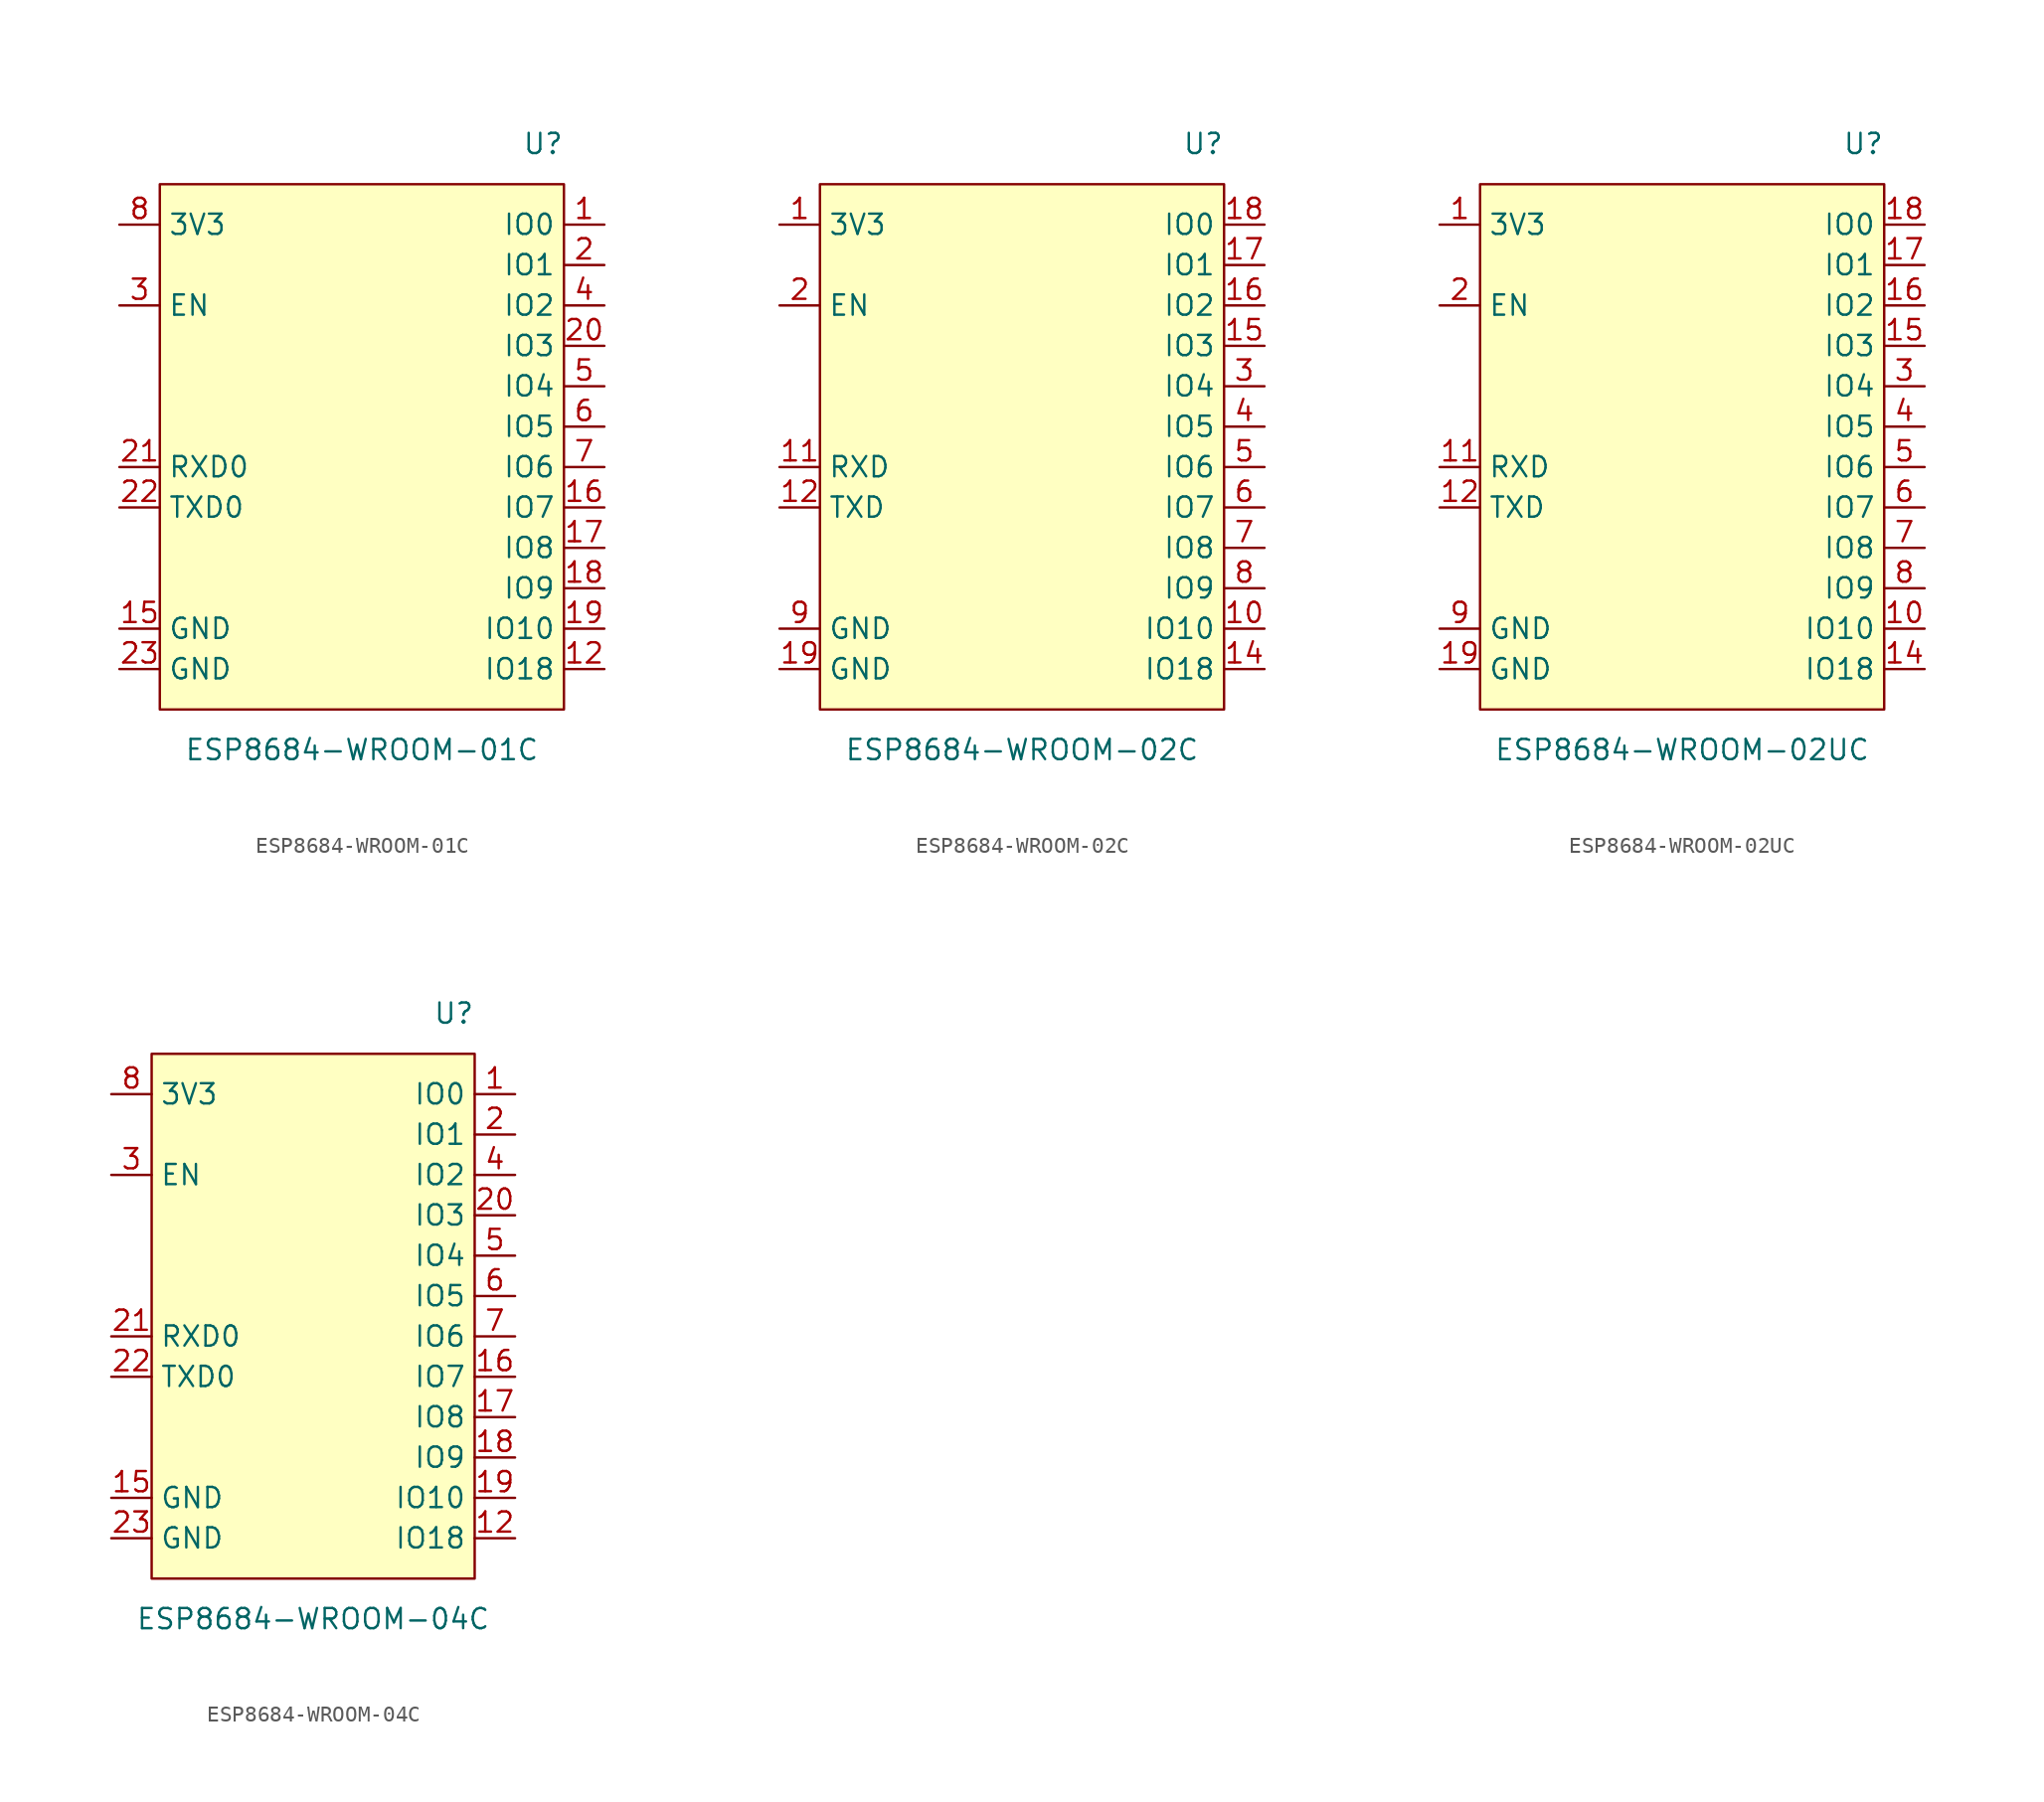
<source format=kicad_sym>
(kicad_symbol_lib
  (version 20231120)
  (generator "kicad_symbol_editor")
  (generator_version "8.0")
  (symbol "ESP8684-WROOM-01C"
    (property "Reference" "U"
      (at 12.7 19.05 0)
      (effects (font (size 1.27 1.27)) (justify right)))
    (property "Value" "ESP8684-WROOM-01C"
      (at 0 -19.05 0)
      (effects (font (size 1.27 1.27))))
    (symbol "ESP8684-WROOM-01C_0_0"
      (pin bidirectional line (at 15.24 13.97 180) (length 2.54) (name "IO0" (effects (font (size 1.27 1.27)))) (number "1" (effects (font (size 1.27 1.27)))))
      (pin bidirectional line (at 15.24 -13.97 180) (length 2.54) (name "IO18" (effects (font (size 1.27 1.27)))) (number "12" (effects (font (size 1.27 1.27)))))
      (pin power_in line (at -15.24 -11.43 0) (length 2.54) (name "GND" (effects (font (size 1.27 1.27)))) (number "15" (effects (font (size 1.27 1.27)))))
      (pin bidirectional line (at 15.24 -3.81 180) (length 2.54) (name "IO7" (effects (font (size 1.27 1.27)))) (number "16" (effects (font (size 1.27 1.27)))))
      (pin bidirectional line (at 15.24 -6.35 180) (length 2.54) (name "IO8" (effects (font (size 1.27 1.27)))) (number "17" (effects (font (size 1.27 1.27)))))
      (pin bidirectional line (at 15.24 -8.89 180) (length 2.54) (name "IO9" (effects (font (size 1.27 1.27)))) (number "18" (effects (font (size 1.27 1.27)))))
      (pin bidirectional line (at 15.24 -11.43 180) (length 2.54) (name "IO10" (effects (font (size 1.27 1.27)))) (number "19" (effects (font (size 1.27 1.27)))))
      (pin bidirectional line (at 15.24 11.43 180) (length 2.54) (name "IO1" (effects (font (size 1.27 1.27)))) (number "2" (effects (font (size 1.27 1.27)))))
      (pin bidirectional line (at 15.24 6.35 180) (length 2.54) (name "IO3" (effects (font (size 1.27 1.27)))) (number "20" (effects (font (size 1.27 1.27)))))
      (pin bidirectional line (at -15.24 -1.27 0) (length 2.54) (name "RXD0" (effects (font (size 1.27 1.27)))) (number "21" (effects (font (size 1.27 1.27)))))
      (pin bidirectional line (at -15.24 -3.81 0) (length 2.54) (name "TXD0" (effects (font (size 1.27 1.27)))) (number "22" (effects (font (size 1.27 1.27)))))
      (pin power_in line (at -15.24 -13.97 0) (length 2.54) (name "GND" (effects (font (size 1.27 1.27)))) (number "23" (effects (font (size 1.27 1.27)))))
      (pin input line (at -15.24 8.89 0) (length 2.54) (name "EN" (effects (font (size 1.27 1.27)))) (number "3" (effects (font (size 1.27 1.27)))))
      (pin bidirectional line (at 15.24 8.89 180) (length 2.54) (name "IO2" (effects (font (size 1.27 1.27)))) (number "4" (effects (font (size 1.27 1.27)))))
      (pin bidirectional line (at 15.24 3.81 180) (length 2.54) (name "IO4" (effects (font (size 1.27 1.27)))) (number "5" (effects (font (size 1.27 1.27)))))
      (pin bidirectional line (at 15.24 1.27 180) (length 2.54) (name "IO5" (effects (font (size 1.27 1.27)))) (number "6" (effects (font (size 1.27 1.27)))))
      (pin bidirectional line (at 15.24 -1.27 180) (length 2.54) (name "IO6" (effects (font (size 1.27 1.27)))) (number "7" (effects (font (size 1.27 1.27)))))
      (pin power_in line (at -15.24 13.97 0) (length 2.54) (name "3V3" (effects (font (size 1.27 1.27)))) (number "8" (effects (font (size 1.27 1.27))))))
    (symbol "ESP8684-WROOM-01C_1_0"
      (pin no_connect line (at 0 0 0) (length 2.54) hide (name "NC" (effects (font (size 1.27 1.27)))) (number "10" (effects (font (size 1.27 1.27)))))
      (pin no_connect line (at 0 0 0) (length 2.54) hide (name "NC" (effects (font (size 1.27 1.27)))) (number "11" (effects (font (size 1.27 1.27)))))
      (pin no_connect line (at 0 0 0) (length 2.54) hide (name "NC" (effects (font (size 1.27 1.27)))) (number "13" (effects (font (size 1.27 1.27)))))
      (pin no_connect line (at 0 0 0) (length 2.54) hide (name "NC" (effects (font (size 1.27 1.27)))) (number "14" (effects (font (size 1.27 1.27)))))
      (pin no_connect line (at 0 0 0) (length 2.54) hide (name "NC" (effects (font (size 1.27 1.27)))) (number "9" (effects (font (size 1.27 1.27))))))
    (symbol "ESP8684-WROOM-01C_1_1"
      (rectangle (start -12.7 16.51) (end 12.7 -16.51) (stroke (width 0) (type default)) (fill (type background)))))
  (symbol "ESP8684-WROOM-02C"
    (property "Reference" "U"
      (at 12.7 19.05 0)
      (effects (font (size 1.27 1.27)) (justify right)))
    (property "Value" "ESP8684-WROOM-02C"
      (at 0 -19.05 0)
      (effects (font (size 1.27 1.27))))
    (symbol "ESP8684-WROOM-02C_0_0"
      (pin power_in line (at -15.24 13.97 0) (length 2.54) (name "3V3" (effects (font (size 1.27 1.27)))) (number "1" (effects (font (size 1.27 1.27)))))
      (pin bidirectional line (at 15.24 -11.43 180) (length 2.54) (name "IO10" (effects (font (size 1.27 1.27)))) (number "10" (effects (font (size 1.27 1.27)))))
      (pin bidirectional line (at -15.24 -1.27 0) (length 2.54) (name "RXD" (effects (font (size 1.27 1.27)))) (number "11" (effects (font (size 1.27 1.27)))))
      (pin bidirectional line (at -15.24 -3.81 0) (length 2.54) (name "TXD" (effects (font (size 1.27 1.27)))) (number "12" (effects (font (size 1.27 1.27)))))
      (pin bidirectional line (at 15.24 -13.97 180) (length 2.54) (name "IO18" (effects (font (size 1.27 1.27)))) (number "14" (effects (font (size 1.27 1.27)))))
      (pin bidirectional line (at 15.24 6.35 180) (length 2.54) (name "IO3" (effects (font (size 1.27 1.27)))) (number "15" (effects (font (size 1.27 1.27)))))
      (pin bidirectional line (at 15.24 8.89 180) (length 2.54) (name "IO2" (effects (font (size 1.27 1.27)))) (number "16" (effects (font (size 1.27 1.27)))))
      (pin bidirectional line (at 15.24 11.43 180) (length 2.54) (name "IO1" (effects (font (size 1.27 1.27)))) (number "17" (effects (font (size 1.27 1.27)))))
      (pin bidirectional line (at 15.24 13.97 180) (length 2.54) (name "IO0" (effects (font (size 1.27 1.27)))) (number "18" (effects (font (size 1.27 1.27)))))
      (pin power_in line (at -15.24 -13.97 0) (length 2.54) (name "GND" (effects (font (size 1.27 1.27)))) (number "19" (effects (font (size 1.27 1.27)))))
      (pin input line (at -15.24 8.89 0) (length 2.54) (name "EN" (effects (font (size 1.27 1.27)))) (number "2" (effects (font (size 1.27 1.27)))))
      (pin bidirectional line (at 15.24 3.81 180) (length 2.54) (name "IO4" (effects (font (size 1.27 1.27)))) (number "3" (effects (font (size 1.27 1.27)))))
      (pin bidirectional line (at 15.24 1.27 180) (length 2.54) (name "IO5" (effects (font (size 1.27 1.27)))) (number "4" (effects (font (size 1.27 1.27)))))
      (pin bidirectional line (at 15.24 -1.27 180) (length 2.54) (name "IO6" (effects (font (size 1.27 1.27)))) (number "5" (effects (font (size 1.27 1.27)))))
      (pin bidirectional line (at 15.24 -3.81 180) (length 2.54) (name "IO7" (effects (font (size 1.27 1.27)))) (number "6" (effects (font (size 1.27 1.27)))))
      (pin bidirectional line (at 15.24 -6.35 180) (length 2.54) (name "IO8" (effects (font (size 1.27 1.27)))) (number "7" (effects (font (size 1.27 1.27)))))
      (pin bidirectional line (at 15.24 -8.89 180) (length 2.54) (name "IO9" (effects (font (size 1.27 1.27)))) (number "8" (effects (font (size 1.27 1.27)))))
      (pin power_in line (at -15.24 -11.43 0) (length 2.54) (name "GND" (effects (font (size 1.27 1.27)))) (number "9" (effects (font (size 1.27 1.27))))))
    (symbol "ESP8684-WROOM-02C_1_0"
      (pin no_connect line (at 0 0 0) (length 2.54) hide (name "NC" (effects (font (size 1.27 1.27)))) (number "13" (effects (font (size 1.27 1.27))))))
    (symbol "ESP8684-WROOM-02C_1_1"
      (rectangle (start -12.7 16.51) (end 12.7 -16.51) (stroke (width 0) (type default)) (fill (type background)))))
  (symbol "ESP8684-WROOM-02UC"
    (property "Reference" "U"
      (at 12.7 19.05 0)
      (effects (font (size 1.27 1.27)) (justify right)))
    (property "Value" "ESP8684-WROOM-02UC"
      (at 0 -19.05 0)
      (effects (font (size 1.27 1.27))))
    (symbol "ESP8684-WROOM-02UC_0_0"
      (pin power_in line (at -15.24 13.97 0) (length 2.54) (name "3V3" (effects (font (size 1.27 1.27)))) (number "1" (effects (font (size 1.27 1.27)))))
      (pin bidirectional line (at 15.24 -11.43 180) (length 2.54) (name "IO10" (effects (font (size 1.27 1.27)))) (number "10" (effects (font (size 1.27 1.27)))))
      (pin bidirectional line (at -15.24 -1.27 0) (length 2.54) (name "RXD" (effects (font (size 1.27 1.27)))) (number "11" (effects (font (size 1.27 1.27)))))
      (pin bidirectional line (at -15.24 -3.81 0) (length 2.54) (name "TXD" (effects (font (size 1.27 1.27)))) (number "12" (effects (font (size 1.27 1.27)))))
      (pin bidirectional line (at 15.24 -13.97 180) (length 2.54) (name "IO18" (effects (font (size 1.27 1.27)))) (number "14" (effects (font (size 1.27 1.27)))))
      (pin bidirectional line (at 15.24 6.35 180) (length 2.54) (name "IO3" (effects (font (size 1.27 1.27)))) (number "15" (effects (font (size 1.27 1.27)))))
      (pin bidirectional line (at 15.24 8.89 180) (length 2.54) (name "IO2" (effects (font (size 1.27 1.27)))) (number "16" (effects (font (size 1.27 1.27)))))
      (pin bidirectional line (at 15.24 11.43 180) (length 2.54) (name "IO1" (effects (font (size 1.27 1.27)))) (number "17" (effects (font (size 1.27 1.27)))))
      (pin bidirectional line (at 15.24 13.97 180) (length 2.54) (name "IO0" (effects (font (size 1.27 1.27)))) (number "18" (effects (font (size 1.27 1.27)))))
      (pin power_in line (at -15.24 -13.97 0) (length 2.54) (name "GND" (effects (font (size 1.27 1.27)))) (number "19" (effects (font (size 1.27 1.27)))))
      (pin input line (at -15.24 8.89 0) (length 2.54) (name "EN" (effects (font (size 1.27 1.27)))) (number "2" (effects (font (size 1.27 1.27)))))
      (pin bidirectional line (at 15.24 3.81 180) (length 2.54) (name "IO4" (effects (font (size 1.27 1.27)))) (number "3" (effects (font (size 1.27 1.27)))))
      (pin bidirectional line (at 15.24 1.27 180) (length 2.54) (name "IO5" (effects (font (size 1.27 1.27)))) (number "4" (effects (font (size 1.27 1.27)))))
      (pin bidirectional line (at 15.24 -1.27 180) (length 2.54) (name "IO6" (effects (font (size 1.27 1.27)))) (number "5" (effects (font (size 1.27 1.27)))))
      (pin bidirectional line (at 15.24 -3.81 180) (length 2.54) (name "IO7" (effects (font (size 1.27 1.27)))) (number "6" (effects (font (size 1.27 1.27)))))
      (pin bidirectional line (at 15.24 -6.35 180) (length 2.54) (name "IO8" (effects (font (size 1.27 1.27)))) (number "7" (effects (font (size 1.27 1.27)))))
      (pin bidirectional line (at 15.24 -8.89 180) (length 2.54) (name "IO9" (effects (font (size 1.27 1.27)))) (number "8" (effects (font (size 1.27 1.27)))))
      (pin power_in line (at -15.24 -11.43 0) (length 2.54) (name "GND" (effects (font (size 1.27 1.27)))) (number "9" (effects (font (size 1.27 1.27))))))
    (symbol "ESP8684-WROOM-02UC_1_0"
      (pin no_connect line (at 0 0 0) (length 2.54) hide (name "NC" (effects (font (size 1.27 1.27)))) (number "13" (effects (font (size 1.27 1.27))))))
    (symbol "ESP8684-WROOM-02UC_1_1"
      (rectangle (start -12.7 16.51) (end 12.7 -16.51) (stroke (width 0) (type default)) (fill (type background)))))
  (symbol "ESP8684-WROOM-04C"
    (property "Reference" "U"
      (at 10.16 19.05 0)
      (effects (font (size 1.27 1.27)) (justify right)))
    (property "Value" "ESP8684-WROOM-04C"
      (at 0 -19.05 0)
      (effects (font (size 1.27 1.27))))
    (symbol "ESP8684-WROOM-04C_0_0"
      (pin bidirectional line (at 12.7 13.97 180) (length 2.54) (name "IO0" (effects (font (size 1.27 1.27)))) (number "1" (effects (font (size 1.27 1.27)))))
      (pin bidirectional line (at 12.7 -13.97 180) (length 2.54) (name "IO18" (effects (font (size 1.27 1.27)))) (number "12" (effects (font (size 1.27 1.27)))))
      (pin power_in line (at -12.7 -11.43 0) (length 2.54) (name "GND" (effects (font (size 1.27 1.27)))) (number "15" (effects (font (size 1.27 1.27)))))
      (pin bidirectional line (at 12.7 -3.81 180) (length 2.54) (name "IO7" (effects (font (size 1.27 1.27)))) (number "16" (effects (font (size 1.27 1.27)))))
      (pin bidirectional line (at 12.7 -6.35 180) (length 2.54) (name "IO8" (effects (font (size 1.27 1.27)))) (number "17" (effects (font (size 1.27 1.27)))))
      (pin bidirectional line (at 12.7 -8.89 180) (length 2.54) (name "IO9" (effects (font (size 1.27 1.27)))) (number "18" (effects (font (size 1.27 1.27)))))
      (pin bidirectional line (at 12.7 -11.43 180) (length 2.54) (name "IO10" (effects (font (size 1.27 1.27)))) (number "19" (effects (font (size 1.27 1.27)))))
      (pin bidirectional line (at 12.7 11.43 180) (length 2.54) (name "IO1" (effects (font (size 1.27 1.27)))) (number "2" (effects (font (size 1.27 1.27)))))
      (pin bidirectional line (at 12.7 6.35 180) (length 2.54) (name "IO3" (effects (font (size 1.27 1.27)))) (number "20" (effects (font (size 1.27 1.27)))))
      (pin bidirectional line (at -12.7 -1.27 0) (length 2.54) (name "RXD0" (effects (font (size 1.27 1.27)))) (number "21" (effects (font (size 1.27 1.27)))))
      (pin bidirectional line (at -12.7 -3.81 0) (length 2.54) (name "TXD0" (effects (font (size 1.27 1.27)))) (number "22" (effects (font (size 1.27 1.27)))))
      (pin power_in line (at -12.7 -13.97 0) (length 2.54) (name "GND" (effects (font (size 1.27 1.27)))) (number "23" (effects (font (size 1.27 1.27)))))
      (pin input line (at -12.7 8.89 0) (length 2.54) (name "EN" (effects (font (size 1.27 1.27)))) (number "3" (effects (font (size 1.27 1.27)))))
      (pin bidirectional line (at 12.7 8.89 180) (length 2.54) (name "IO2" (effects (font (size 1.27 1.27)))) (number "4" (effects (font (size 1.27 1.27)))))
      (pin bidirectional line (at 12.7 3.81 180) (length 2.54) (name "IO4" (effects (font (size 1.27 1.27)))) (number "5" (effects (font (size 1.27 1.27)))))
      (pin bidirectional line (at 12.7 1.27 180) (length 2.54) (name "IO5" (effects (font (size 1.27 1.27)))) (number "6" (effects (font (size 1.27 1.27)))))
      (pin bidirectional line (at 12.7 -1.27 180) (length 2.54) (name "IO6" (effects (font (size 1.27 1.27)))) (number "7" (effects (font (size 1.27 1.27)))))
      (pin power_in line (at -12.7 13.97 0) (length 2.54) (name "3V3" (effects (font (size 1.27 1.27)))) (number "8" (effects (font (size 1.27 1.27))))))
    (symbol "ESP8684-WROOM-04C_1_0"
      (pin no_connect line (at 0 0 0) (length 2.54) hide (name "NC" (effects (font (size 1.27 1.27)))) (number "10" (effects (font (size 1.27 1.27)))))
      (pin no_connect line (at 0 0 0) (length 2.54) hide (name "NC" (effects (font (size 1.27 1.27)))) (number "11" (effects (font (size 1.27 1.27)))))
      (pin no_connect line (at 0 0 0) (length 2.54) hide (name "NC" (effects (font (size 1.27 1.27)))) (number "13" (effects (font (size 1.27 1.27)))))
      (pin no_connect line (at 0 0 0) (length 2.54) hide (name "NC" (effects (font (size 1.27 1.27)))) (number "14" (effects (font (size 1.27 1.27)))))
      (pin no_connect line (at 0 0 0) (length 2.54) hide (name "NC" (effects (font (size 1.27 1.27)))) (number "9" (effects (font (size 1.27 1.27))))))
    (symbol "ESP8684-WROOM-04C_1_1"
      (rectangle (start -10.16 16.51) (end 10.16 -16.51) (stroke (width 0) (type default)) (fill (type background))))))
</source>
